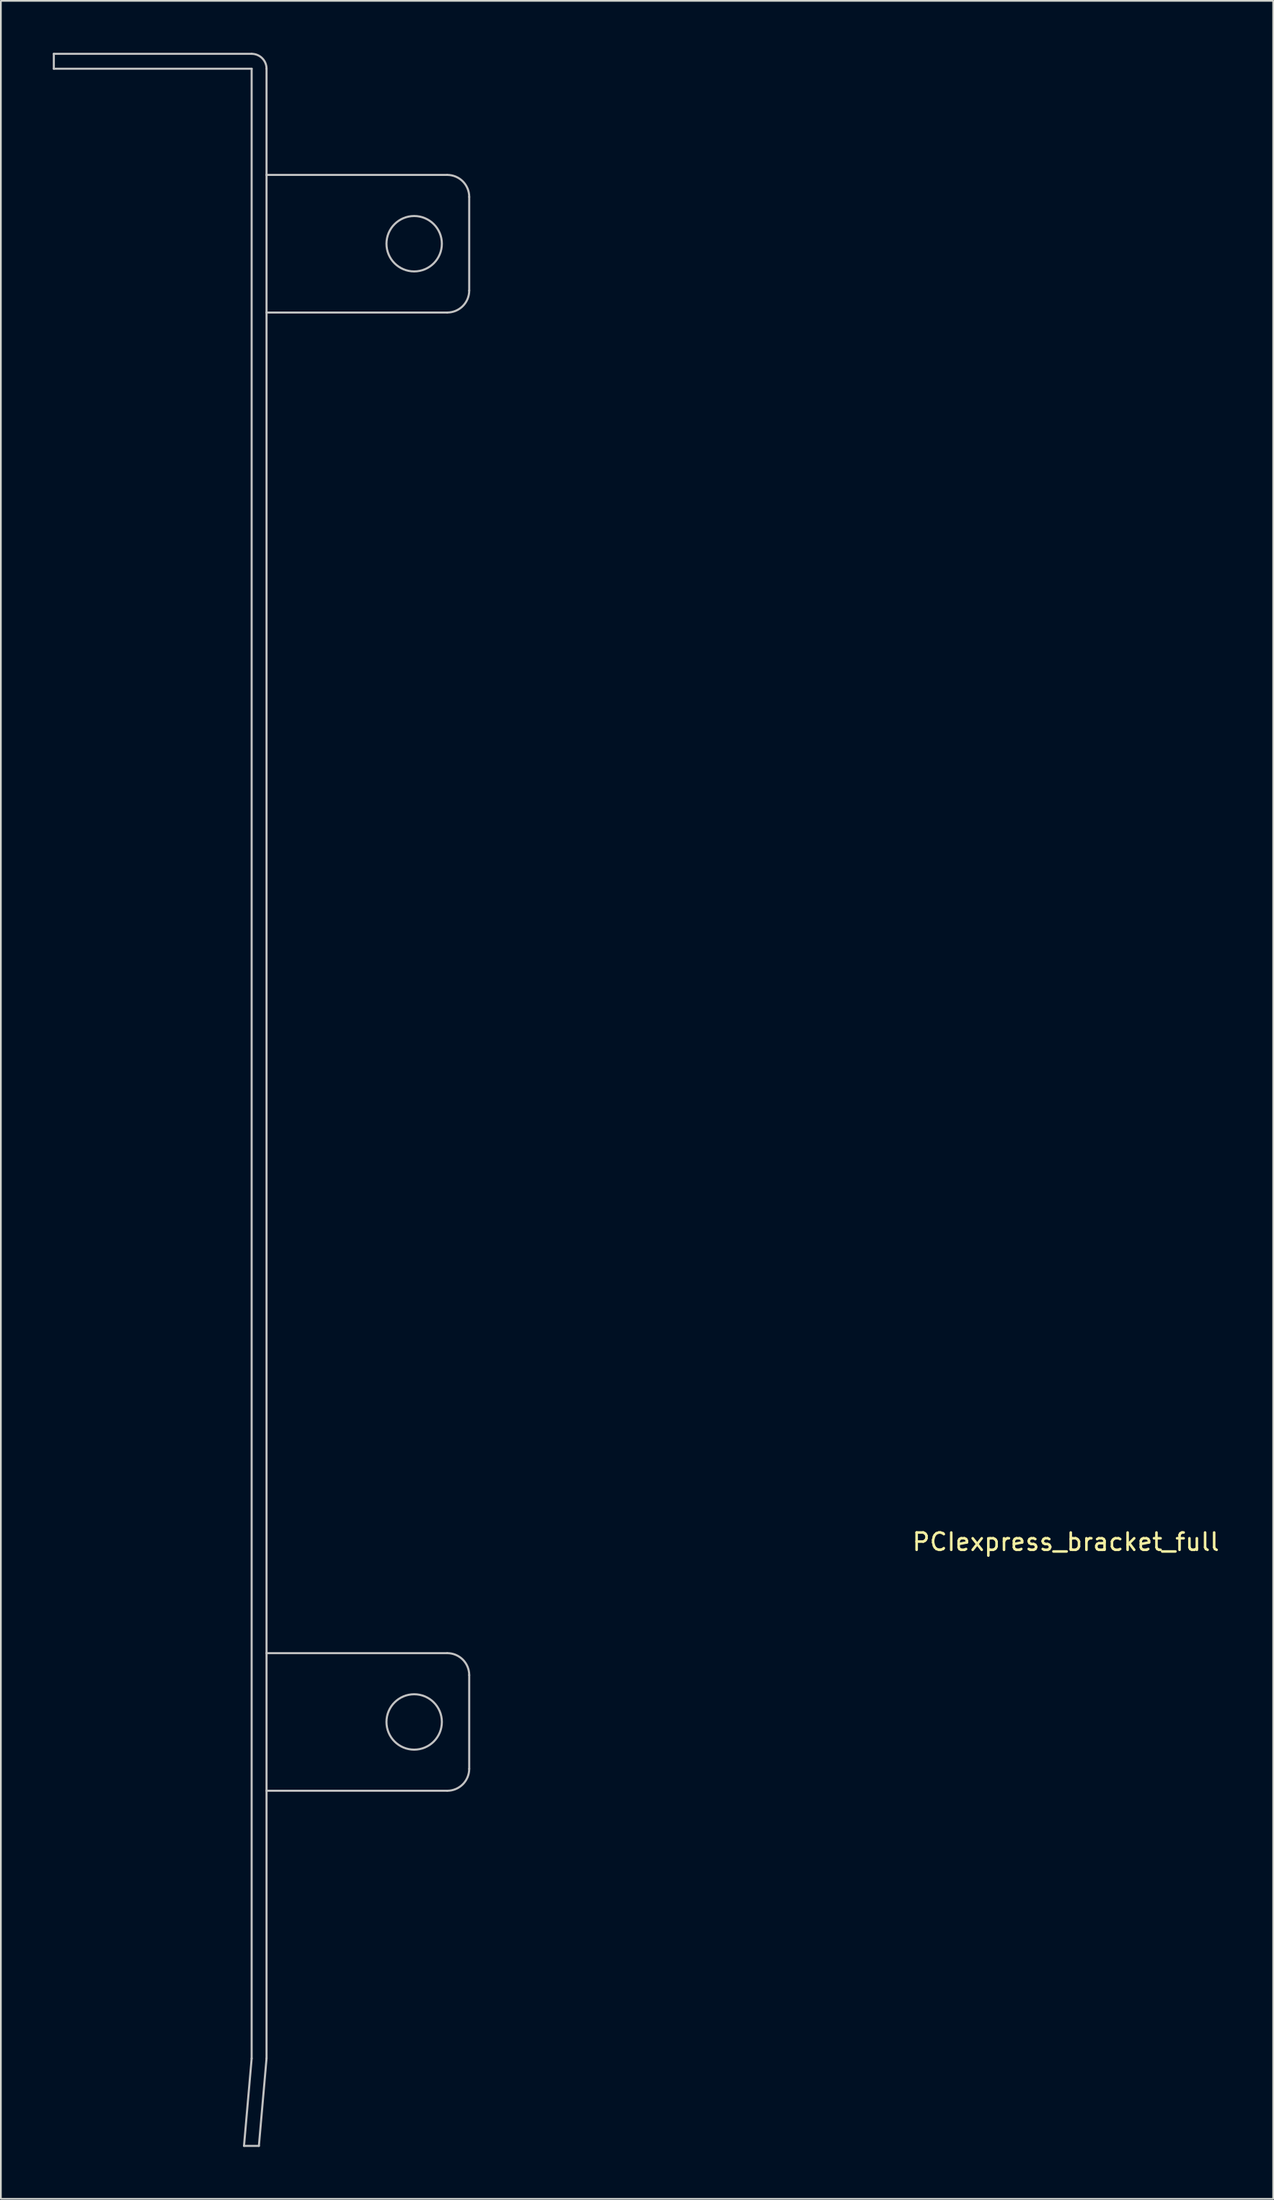
<source format=kicad_pcb>
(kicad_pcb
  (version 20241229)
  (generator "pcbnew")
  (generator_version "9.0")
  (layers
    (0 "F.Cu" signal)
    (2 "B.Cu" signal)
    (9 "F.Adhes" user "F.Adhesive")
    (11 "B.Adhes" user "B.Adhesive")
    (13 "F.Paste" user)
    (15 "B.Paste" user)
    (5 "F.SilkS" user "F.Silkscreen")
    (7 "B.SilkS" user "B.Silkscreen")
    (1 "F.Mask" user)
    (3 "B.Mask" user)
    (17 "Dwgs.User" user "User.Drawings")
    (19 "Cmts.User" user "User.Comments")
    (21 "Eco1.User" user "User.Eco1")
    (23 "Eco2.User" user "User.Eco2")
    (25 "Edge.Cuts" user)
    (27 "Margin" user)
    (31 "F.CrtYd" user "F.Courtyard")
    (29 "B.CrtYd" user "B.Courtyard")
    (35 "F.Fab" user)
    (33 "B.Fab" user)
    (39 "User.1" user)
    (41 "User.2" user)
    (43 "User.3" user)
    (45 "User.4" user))
  (footprint "PCIexpress_bracket_full"
    (layer "F.Cu")
    (at 58.53 105.78)
    (property "Reference" "PCIexpress_bracket_full" (at 0 -19.75 0) (layer "F.SilkS") (effects (font (size 1 1) (thickness 0.15))))
    (attr exclude_from_pos_files exclude_from_bom)
    (fp_line (start -58.47 -104.86) (end -58.47 -105.72) (stroke (width 0.12) (type solid)) (layer "Dwgs.User"))
    (fp_line (start -47.482 15.141) (end -46.622 15.141) (stroke (width 0.12) (type solid)) (layer "Dwgs.User"))
    (fp_line (start -47.04 -105.72) (end -58.47 -105.72) (stroke (width 0.12) (type solid)) (layer "Dwgs.User"))
    (fp_line (start -47.04 -104.86) (end -58.47 -104.86) (stroke (width 0.12) (type solid)) (layer "Dwgs.User"))
    (fp_line (start -47.04 -104.86) (end -47.04 10.09) (stroke (width 0.12) (type solid)) (layer "Dwgs.User"))
    (fp_line (start -47.04 10.09) (end -47.482 15.141) (stroke (width 0.12) (type solid)) (layer "Dwgs.User"))
    (fp_line (start -46.18 -104.86) (end -46.18 10.09) (stroke (width 0.12) (type solid)) (layer "Dwgs.User"))
    (fp_line (start -46.18 10.09) (end -46.622 15.141) (stroke (width 0.12) (type solid)) (layer "Dwgs.User"))
    (fp_line (start -35.74 -98.725) (end -46.18 -98.725) (stroke (width 0.12) (type solid)) (layer "Dwgs.User"))
    (fp_line (start -35.74 -90.775) (end -46.18 -90.775) (stroke (width 0.12) (type solid)) (layer "Dwgs.User"))
    (fp_line (start -35.74 -13.325) (end -46.18 -13.325) (stroke (width 0.12) (type solid)) (layer "Dwgs.User"))
    (fp_line (start -35.74 -5.375) (end -46.18 -5.375) (stroke (width 0.12) (type solid)) (layer "Dwgs.User"))
    (fp_line (start -34.47 -97.455) (end -34.47 -92.045) (stroke (width 0.12) (type solid)) (layer "Dwgs.User"))
    (fp_line (start -34.47 -12.055) (end -34.47 -6.645) (stroke (width 0.12) (type solid)) (layer "Dwgs.User"))
    (fp_arc (start -47.04 -105.72) (mid -46.431888 -105.468112) (end -46.18 -104.86) (stroke (width 0.12) (type solid)) (layer "Dwgs.User"))
    (fp_arc (start -35.74 -98.725) (mid -34.841974 -98.353026) (end -34.47 -97.455) (stroke (width 0.12) (type solid)) (layer "Dwgs.User"))
    (fp_arc (start -35.74 -13.325) (mid -34.841974 -12.953026) (end -34.47 -12.055) (stroke (width 0.12) (type solid)) (layer "Dwgs.User"))
    (fp_arc (start -34.47 -92.045) (mid -34.841974 -91.146974) (end -35.74 -90.775) (stroke (width 0.12) (type solid)) (layer "Dwgs.User"))
    (fp_arc (start -34.47 -6.645) (mid -34.841974 -5.746974) (end -35.74 -5.375) (stroke (width 0.12) (type solid)) (layer "Dwgs.User"))
    (fp_circle (center -37.65 -94.75) (end -36.05 -94.75) (stroke (width 0.12) (type solid)) (fill no) (layer "Dwgs.User"))
    (fp_circle (center -37.65 -9.35) (end -36.05 -9.35) (stroke (width 0.12) (type solid)) (fill no) (layer "Dwgs.User")))
  (gr_rect
    (start -3 -3)
    (end 70.512 123.981)
    (stroke (width 0.1) (type default))
    (fill no)
    (layer "Edge.Cuts")))
</source>
